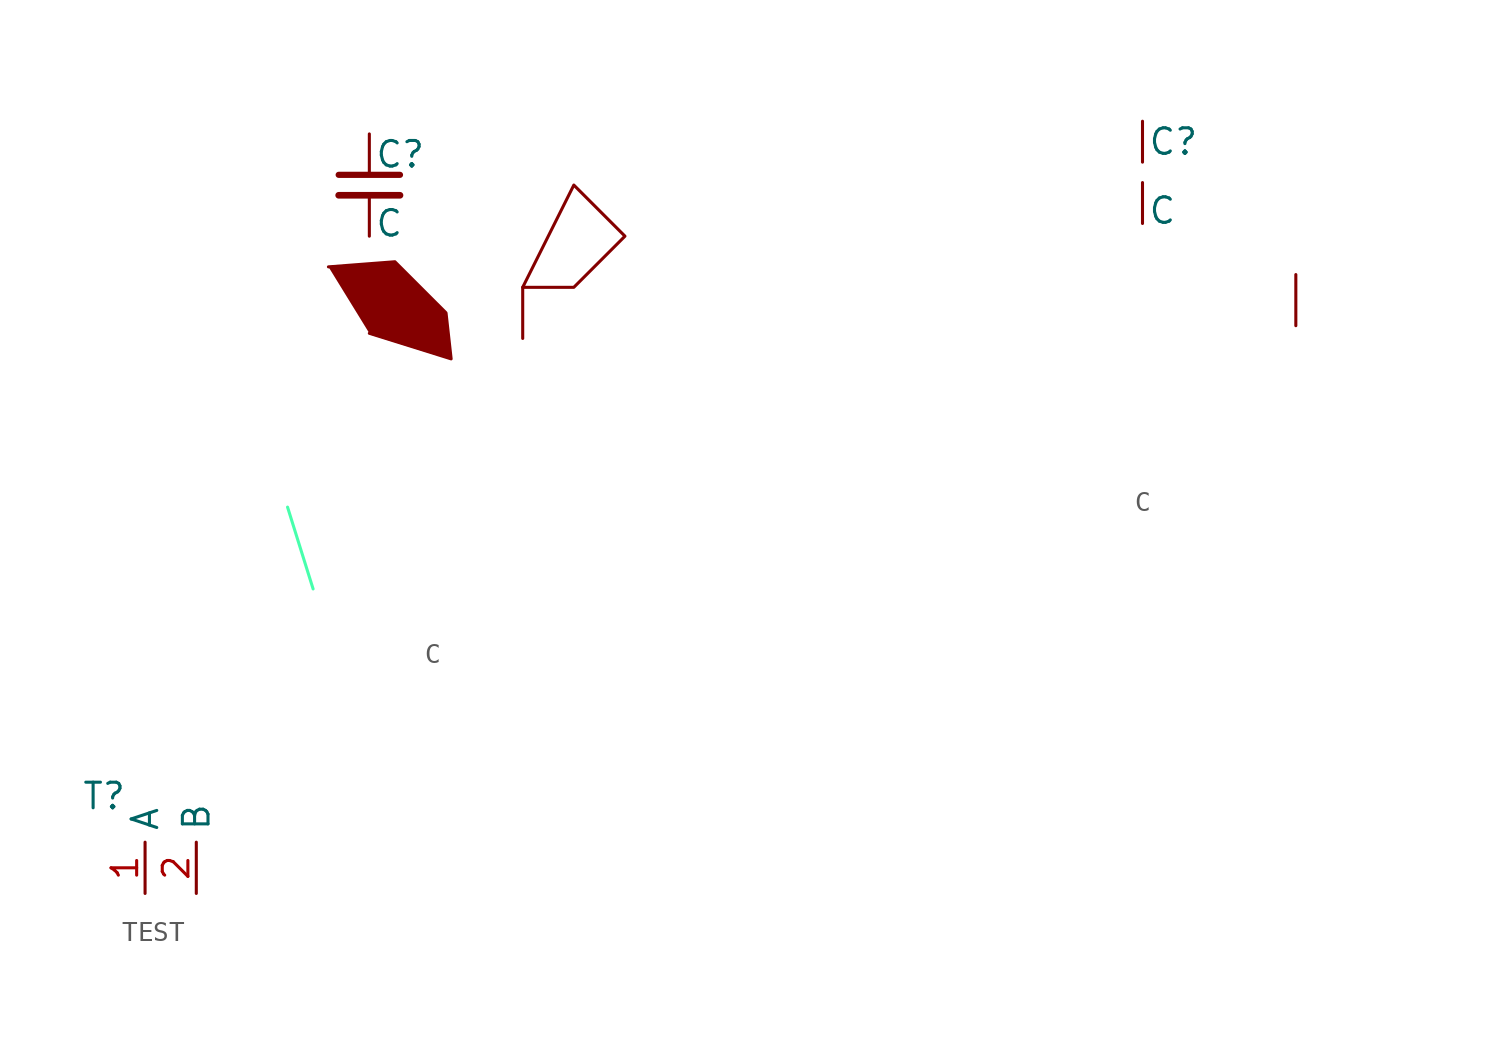
<source format=kicad_sym>
(kicad_symbol_lib
  (version 20231120)
  (generator "kicad_symbol_editor")
  (generator_version "8.0")
  (symbol "C"
    (pin_numbers hide)
    (pin_names
      (offset 0.254) hide)
    (property "Reference" "C"
      (at 0.254 1.524 0)
      (effects (font (size 1.27 1.27)) (justify left)))
    (property "Value" "C"
      (at 0.254 -1.905 0)
      (effects (font (size 1.27 1.27)) (justify left)))
    (symbol "C_0_1"
      (polyline (pts (xy -1.524 -0.508) (xy 1.524 -0.508)) (stroke (width 0.33) (type default)) (fill (type none)))
      (polyline (pts (xy -1.524 0.508) (xy 1.524 0.508)) (stroke (width 0.305) (type default)) (fill (type none)))
      (polyline (pts (xy 7.62 -5.08) (xy 10.16 0) (xy 12.7 -2.54) (xy 10.16 -5.08) (xy 7.62 -5.08)) (stroke (width 0) (type default)) (fill (type none))))
    (symbol "C_1_0"
      (text private "EXTRA TEXT" (at 0 -11.43 0) (effects (font (size 2.54 2.54) (bold yes)))))
    (symbol "C_1_1"
      (arc private (start 5.08 -2.54) (mid 6.8761 -1.7961) (end 7.62 0) (stroke (width 0) (type default)) (fill (type none)))
      (polyline (pts (xy -4.064 -16.002) (xy -2.794 -20.066)) (stroke (width 0) (type default) (color 71 255 172 1)) (fill (type none)))
      (polyline (pts (xy -2.032 -4.064) (xy 1.27 -3.81) (xy 3.81 -6.35) (xy 4.064 -8.636) (xy 0 -7.366)) (stroke (width 0) (type default)) (fill (type outline)))
      (text_box private "TEXT BOX" (at 14.986 0 90) (size 2.794 -11.176) (stroke (width 0) (type default) (color 71 255 172 1)) (fill (type color) (color 255 218 143 0.45)) (effects (font (size 1.27 1.27) (thickness 0.254) (bold yes) (italic yes) (color 112 165 255 1)) (justify left top)))
      (pin passive line (at 0 2.54 270) (length 2.032) (name "~" (effects (font (size 1.27 1.27)))) (number "1" (effects (font (size 1.27 1.27)))))
      (pin passive line (at 0 -2.54 90) (length 2.032) (name "~" (effects (font (size 1.27 1.27)))) (number "2" (effects (font (size 1.27 1.27)))))
      (pin passive line (at 7.62 -7.62 90) (length 2.54) (name "ALT-PIN-TEST" (effects (font (size 1.27 1.27)))) (number "3" (effects (font (size 1.27 1.27)))) (alternate "ALT-1" input input_low) (alternate "ALT-2" passive inverted)))
    (symbol "C_1_2"
      (pin passive line (at 0 2.54 270) (length 2.032) (name "~" (effects (font (size 1.27 1.27)))) (number "1" (effects (font (size 1.27 1.27)))))
      (pin passive line (at 0 -2.54 90) (length 2.032) (name "~" (effects (font (size 1.27 1.27)))) (number "2" (effects (font (size 1.27 1.27)))))
      (pin passive line (at 7.62 -7.62 90) (length 2.54) (name "ALT-PIN-TEST" (effects (font (size 1.27 1.27)))) (number "3" (effects (font (size 1.27 1.27)))) (alternate "ALT-1" input input_low) (alternate "ALT-2" passive inverted))))
  (symbol "TEST"
    (property "Reference" "T"
      (at -2.032 2.286 0)
      (effects (font (size 1.27 1.27))))
    (property "Value" ""
      (at 0 0 0)
      (effects (font (size 1.27 1.27))))
    (symbol "TEST_1_1"
      (pin passive line (at 0 -2.54 90) (length 2.54) (name "A" (effects (font (size 1.27 1.27)))) (number "1" (effects (font (size 1.27 1.27)))))
      (pin passive line (at 2.54 -2.54 90) (length 2.54) (name "B" (effects (font (size 1.27 1.27)))) (number "2" (effects (font (size 1.27 1.27))))))))
</source>
